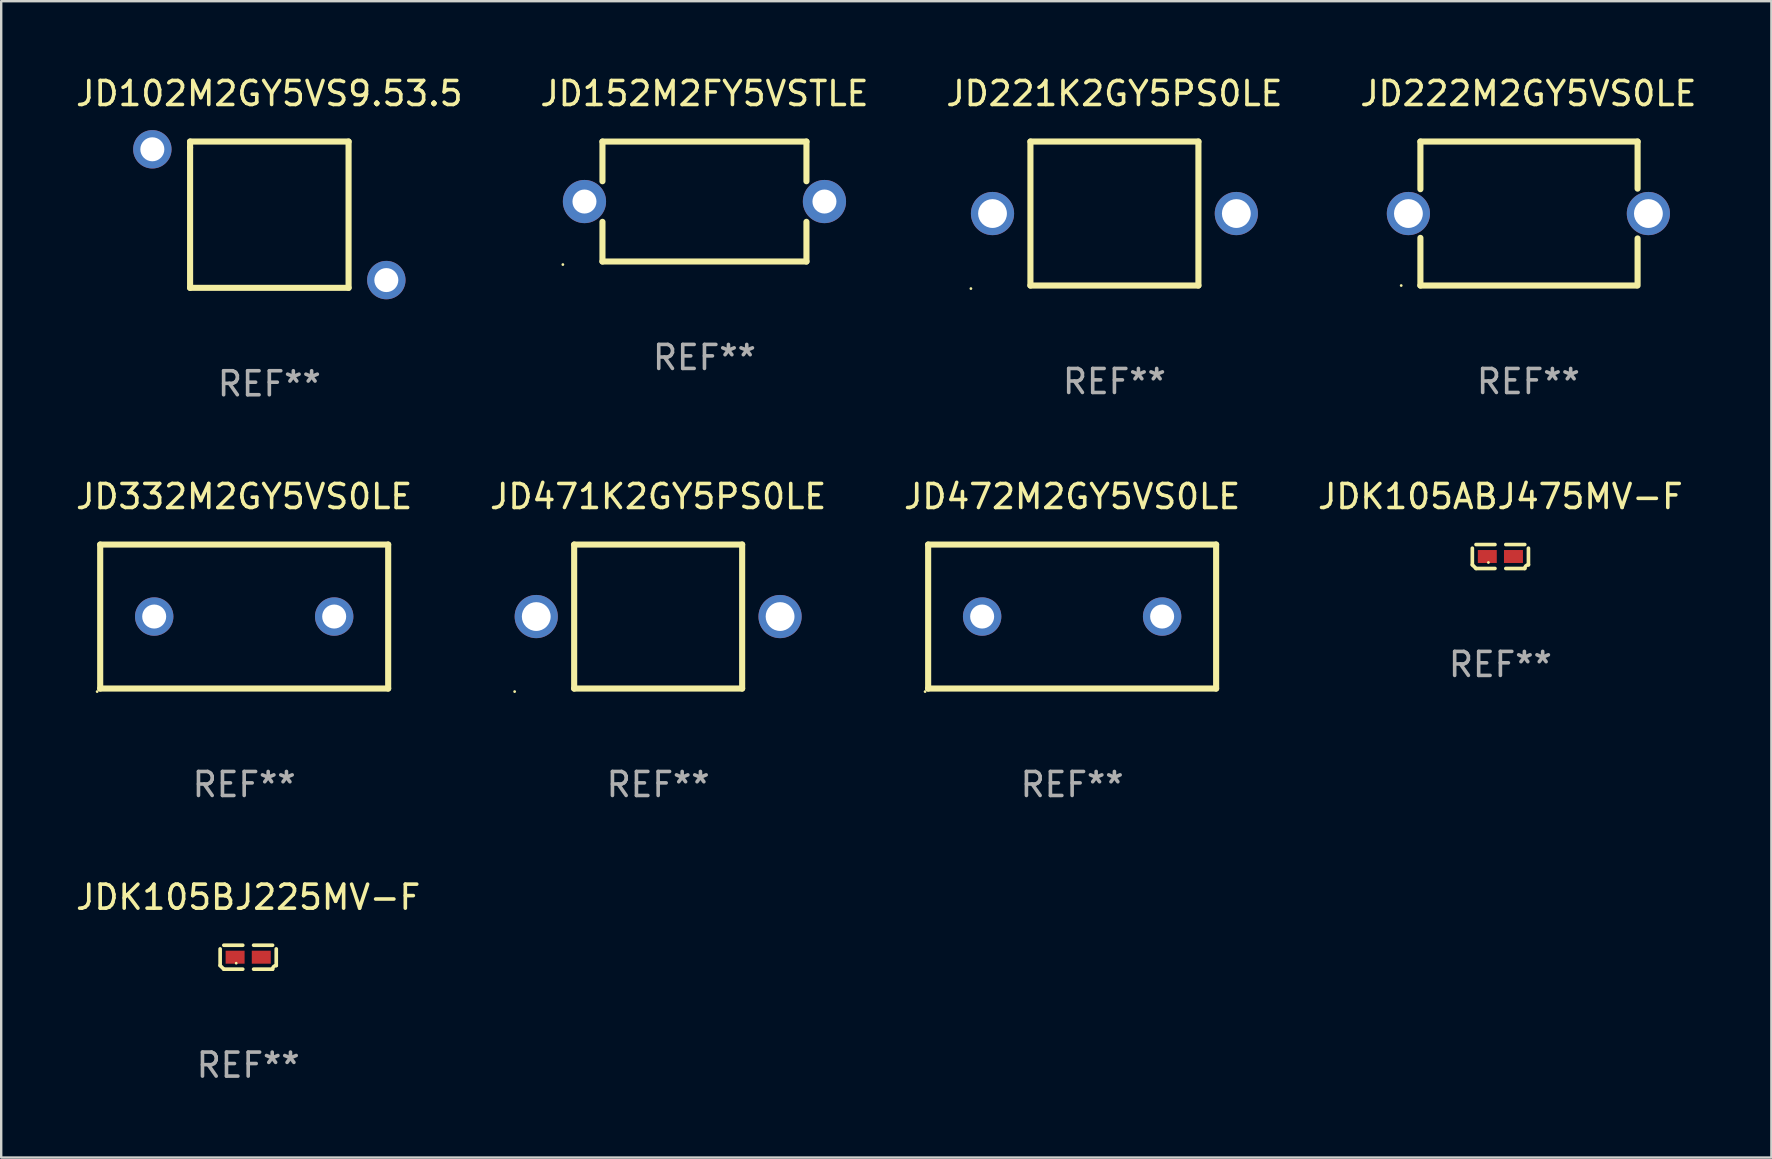
<source format=kicad_pcb>
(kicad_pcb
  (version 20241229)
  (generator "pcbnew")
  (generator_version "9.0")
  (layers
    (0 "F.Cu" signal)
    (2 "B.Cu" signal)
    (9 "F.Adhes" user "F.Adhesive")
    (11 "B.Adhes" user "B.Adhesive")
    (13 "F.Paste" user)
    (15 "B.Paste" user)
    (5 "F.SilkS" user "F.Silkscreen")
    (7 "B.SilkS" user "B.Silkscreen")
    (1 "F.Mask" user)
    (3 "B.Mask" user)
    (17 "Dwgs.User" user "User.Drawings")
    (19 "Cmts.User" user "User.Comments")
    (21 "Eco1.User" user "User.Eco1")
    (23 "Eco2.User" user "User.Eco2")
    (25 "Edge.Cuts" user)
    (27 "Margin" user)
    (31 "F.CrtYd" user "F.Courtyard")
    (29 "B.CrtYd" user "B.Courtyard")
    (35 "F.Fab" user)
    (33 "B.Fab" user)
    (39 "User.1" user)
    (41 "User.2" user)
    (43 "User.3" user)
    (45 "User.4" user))
  (footprint "JD472M2GY5VS0LE"
    (layer "F.Cu")
    (at 41.625 22.641)
    (property "Reference" "JD472M2GY5VS0LE" (at 0 -5 0) (layer "F.SilkS") (effects (font (size 1 1) (thickness 0.15))))
    (attr through_hole)
    (fp_line (start -6 -3) (end 6 -3) (stroke (width 0.254) (type solid)) (layer "F.SilkS"))
    (fp_line (start -6 3) (end -6 -3) (stroke (width 0.254) (type solid)) (layer "F.SilkS"))
    (fp_line (start 6 -3) (end 6 3) (stroke (width 0.254) (type solid)) (layer "F.SilkS"))
    (fp_line (start 6 3) (end -6 3) (stroke (width 0.254) (type solid)) (layer "F.SilkS"))
    (fp_circle (center -6.127 3.127) (end -6.097 3.127) (stroke (width 0.06) (type solid)) (fill no) (layer "F.SilkS"))
    (fp_text user "REF**" (at 0 7 0) (layer "F.Fab") (effects (font (size 1 1) (thickness 0.15))))
    (pad "1" thru_hole circle (at -3.75 0) (size 1.6 1.6) (drill 1) (layers "*.Cu" "*.Mask"))
    (pad "2" thru_hole circle (at 3.75 0) (size 1.6 1.6) (drill 1) (layers "*.Cu" "*.Mask")))
  (footprint "JD222M2GY5VS0LE"
    (layer "F.Cu")
    (at 60.637 5.848)
    (property "Reference" "JD222M2GY5VS0LE" (at 0 -5 0) (layer "F.SilkS") (effects (font (size 1 1) (thickness 0.15))))
    (attr through_hole)
    (fp_line (start -4.5 -3) (end -4.5 -1.014) (stroke (width 0.254) (type solid)) (layer "F.SilkS"))
    (fp_line (start -4.5 -3) (end 4.55 -3) (stroke (width 0.254) (type solid)) (layer "F.SilkS"))
    (fp_line (start -4.5 1.014) (end -4.5 3) (stroke (width 0.254) (type solid)) (layer "F.SilkS"))
    (fp_line (start -4.5 3) (end 4.5 3) (stroke (width 0.254) (type solid)) (layer "F.SilkS"))
    (fp_line (start 4.55 -3) (end 4.55 -1.038) (stroke (width 0.254) (type solid)) (layer "F.SilkS"))
    (fp_line (start 4.55 1.038) (end 4.55 3) (stroke (width 0.254) (type solid)) (layer "F.SilkS"))
    (fp_circle (center -5.3 3) (end -5.27 3) (stroke (width 0.06) (type solid)) (fill no) (layer "F.SilkS"))
    (fp_text user "REF**" (at 0 7 0) (layer "F.Fab") (effects (font (size 1 1) (thickness 0.15))))
    (pad "1" thru_hole circle (at -5 0) (size 1.8 1.8) (drill 1.2) (layers "*.Cu" "*.Mask"))
    (pad "2" thru_hole circle (at 5 0) (size 1.8 1.8) (drill 1.2) (layers "*.Cu" "*.Mask")))
  (footprint "JD221K2GY5PS0LE"
    (layer "F.Cu")
    (at 43.387 5.848)
    (property "Reference" "JD221K2GY5PS0LE" (at 0 -5 0) (layer "F.SilkS") (effects (font (size 1 1) (thickness 0.15))))
    (attr through_hole)
    (fp_line (start -3.5 -3) (end 3.5 -3) (stroke (width 0.254) (type solid)) (layer "F.SilkS"))
    (fp_line (start -3.5 3) (end -3.5 -3) (stroke (width 0.254) (type solid)) (layer "F.SilkS"))
    (fp_line (start 3.5 -3) (end 3.5 3) (stroke (width 0.254) (type solid)) (layer "F.SilkS"))
    (fp_line (start 3.5 3) (end -3.5 3) (stroke (width 0.254) (type solid)) (layer "F.SilkS"))
    (fp_circle (center -5.98 3.127) (end -5.95 3.127) (stroke (width 0.06) (type solid)) (fill no) (layer "F.SilkS"))
    (fp_text user "REF**" (at 0 7 0) (layer "F.Fab") (effects (font (size 1 1) (thickness 0.15))))
    (pad "1" thru_hole circle (at -5.08 0) (size 1.8 1.8) (drill 1.2) (layers "*.Cu" "*.Mask"))
    (pad "2" thru_hole circle (at 5.08 0) (size 1.8 1.8) (drill 1.2) (layers "*.Cu" "*.Mask")))
  (footprint "JDK105BJ225MV-F"
    (layer "F.Cu")
    (at 7.292 36.836)
    (property "Reference" "JDK105BJ225MV-F" (at 0 -2.499 0) (layer "F.SilkS") (effects (font (size 1 1) (thickness 0.15))))
    (attr through_hole)
    (fp_line (start -1.169 0.346) (end -1.169 -0.346) (stroke (width 0.152) (type solid)) (layer "F.SilkS"))
    (fp_line (start -1.016 -0.499) (end -0.226 -0.499) (stroke (width 0.152) (type solid)) (layer "F.SilkS"))
    (fp_line (start -0.226 0.499) (end -1.016 0.499) (stroke (width 0.152) (type solid)) (layer "F.SilkS"))
    (fp_line (start 0.226 0.499) (end 1.016 0.499) (stroke (width 0.152) (type solid)) (layer "F.SilkS"))
    (fp_line (start 1.016 -0.499) (end 0.226 -0.499) (stroke (width 0.152) (type solid)) (layer "F.SilkS"))
    (fp_line (start 1.169 0.346) (end 1.169 -0.346) (stroke (width 0.152) (type solid)) (layer "F.SilkS"))
    (fp_arc (start -1.016307 0.498603) (mid -1.092512 0.422405) (end -1.16871 0.3462) (stroke (width 0.1524) (type solid)) (layer "F.SilkS"))
    (fp_arc (start 1.016307 0.498603) (mid 1.060899 0.390758) (end 1.168707 0.346076) (stroke (width 0.1524) (type solid)) (layer "F.SilkS"))
    (fp_circle (center -0.5 0.25) (end -0.47 0.25) (stroke (width 0.06) (type solid)) (fill no) (layer "F.SilkS"))
    (fp_text user "REF**" (at 0 4.499 0) (layer "F.Fab") (effects (font (size 1 1) (thickness 0.15))))
    (pad "1" smd rect (at -0.545 0) (size 0.79 0.54) (layers "F.Cu" "F.Mask" "F.Paste"))
    (pad "2" smd rect (at 0.545 0) (size 0.79 0.54) (layers "F.Cu" "F.Mask" "F.Paste")))
  (footprint "JD332M2GY5VS0LE"
    (layer "F.Cu")
    (at 7.125 22.641)
    (property "Reference" "JD332M2GY5VS0LE" (at 0 -5 0) (layer "F.SilkS") (effects (font (size 1 1) (thickness 0.15))))
    (attr through_hole)
    (fp_line (start -6 -3) (end 6 -3) (stroke (width 0.254) (type solid)) (layer "F.SilkS"))
    (fp_line (start -6 3) (end -6 -3) (stroke (width 0.254) (type solid)) (layer "F.SilkS"))
    (fp_line (start 6 -3) (end 6 3) (stroke (width 0.254) (type solid)) (layer "F.SilkS"))
    (fp_line (start 6 3) (end -6 3) (stroke (width 0.254) (type solid)) (layer "F.SilkS"))
    (fp_circle (center -6.127 3.127) (end -6.097 3.127) (stroke (width 0.06) (type solid)) (fill no) (layer "F.SilkS"))
    (fp_text user "REF**" (at 0 7 0) (layer "F.Fab") (effects (font (size 1 1) (thickness 0.15))))
    (pad "1" thru_hole circle (at -3.75 0) (size 1.6 1.6) (drill 1) (layers "*.Cu" "*.Mask"))
    (pad "2" thru_hole circle (at 3.75 0) (size 1.6 1.6) (drill 1) (layers "*.Cu" "*.Mask")))
  (footprint "JD152M2FY5VSTLE"
    (layer "F.Cu")
    (at 26.304 5.348)
    (property "Reference" "JD152M2FY5VSTLE" (at 0 -4.499 0) (layer "F.SilkS") (effects (font (size 1 1) (thickness 0.15))))
    (attr through_hole)
    (fp_line (start -4.25 -2.499) (end -4.25 -0.846) (stroke (width 0.254) (type solid)) (layer "F.SilkS"))
    (fp_line (start -4.25 -2.499) (end 4.25 -2.499) (stroke (width 0.254) (type solid)) (layer "F.SilkS"))
    (fp_line (start -4.25 0.846) (end -4.25 2.499) (stroke (width 0.254) (type solid)) (layer "F.SilkS"))
    (fp_line (start 4.25 -0.846) (end 4.25 -2.499) (stroke (width 0.254) (type solid)) (layer "F.SilkS"))
    (fp_line (start 4.25 2.499) (end -4.25 2.499) (stroke (width 0.254) (type solid)) (layer "F.SilkS"))
    (fp_line (start 4.25 2.499) (end 4.25 0.846) (stroke (width 0.254) (type solid)) (layer "F.SilkS"))
    (fp_circle (center -5.9 2.626) (end -5.87 2.626) (stroke (width 0.06) (type solid)) (fill no) (layer "F.SilkS"))
    (fp_text user "REF**" (at 0 6.499 0) (layer "F.Fab") (effects (font (size 1 1) (thickness 0.15))))
    (pad "1" thru_hole circle (at -5 0) (size 1.8 1.8) (drill 1) (layers "*.Cu" "*.Mask"))
    (pad "2" thru_hole circle (at 5 0) (size 1.8 1.8) (drill 1) (layers "*.Cu" "*.Mask")))
  (footprint "JD471K2GY5PS0LE"
    (layer "F.Cu")
    (at 24.375 22.641)
    (property "Reference" "JD471K2GY5PS0LE" (at 0 -5 0) (layer "F.SilkS") (effects (font (size 1 1) (thickness 0.15))))
    (attr through_hole)
    (fp_line (start -3.5 -3) (end 3.5 -3) (stroke (width 0.254) (type solid)) (layer "F.SilkS"))
    (fp_line (start -3.5 3) (end -3.5 -3) (stroke (width 0.254) (type solid)) (layer "F.SilkS"))
    (fp_line (start 3.5 -3) (end 3.5 3) (stroke (width 0.254) (type solid)) (layer "F.SilkS"))
    (fp_line (start 3.5 3) (end -3.5 3) (stroke (width 0.254) (type solid)) (layer "F.SilkS"))
    (fp_circle (center -5.98 3.127) (end -5.95 3.127) (stroke (width 0.06) (type solid)) (fill no) (layer "F.SilkS"))
    (fp_text user "REF**" (at 0 7 0) (layer "F.Fab") (effects (font (size 1 1) (thickness 0.15))))
    (pad "1" thru_hole circle (at -5.08 0) (size 1.8 1.8) (drill 1.2) (layers "*.Cu" "*.Mask"))
    (pad "2" thru_hole circle (at 5.08 0) (size 1.8 1.8) (drill 1.2) (layers "*.Cu" "*.Mask")))
  (footprint "JD102M2GY5VS9.53.5"
    (layer "F.Cu")
    (at 8.173 5.896)
    (property "Reference" "JD102M2GY5VS9.53.5" (at 0 -5.048 0) (layer "F.SilkS") (effects (font (size 1 1) (thickness 0.15))))
    (attr through_hole)
    (fp_line (start -3.302 -3.048) (end 3.302 -3.048) (stroke (width 0.254) (type solid)) (layer "F.SilkS"))
    (fp_line (start -3.302 -2.794) (end -3.302 -3.048) (stroke (width 0.254) (type solid)) (layer "F.SilkS"))
    (fp_line (start -3.302 3.048) (end -3.302 -2.794) (stroke (width 0.254) (type solid)) (layer "F.SilkS"))
    (fp_line (start 3.302 -3.048) (end 3.302 3.048) (stroke (width 0.254) (type solid)) (layer "F.SilkS"))
    (fp_line (start 3.302 3.048) (end -3.302 3.048) (stroke (width 0.254) (type solid)) (layer "F.SilkS"))
    (fp_circle (center -5.15 -3) (end -5.12 -3) (stroke (width 0.06) (type solid)) (fill no) (layer "F.SilkS"))
    (fp_text user "REF**" (at 0 7.048 0) (layer "F.Fab") (effects (font (size 1 1) (thickness 0.15))))
    (pad "1" thru_hole circle (at -4.875 -2.725) (size 1.6 1.6) (drill 1) (layers "*.Cu" "*.Mask"))
    (pad "2" thru_hole circle (at 4.875 2.725) (size 1.6 1.6) (drill 1) (layers "*.Cu" "*.Mask")))
  (footprint "JDK105ABJ475MV-F"
    (layer "F.Cu")
    (at 59.47 20.139)
    (property "Reference" "JDK105ABJ475MV-F" (at 0 -2.499 0) (layer "F.SilkS") (effects (font (size 1 1) (thickness 0.15))))
    (attr through_hole)
    (fp_line (start -1.169 0.346) (end -1.169 -0.346) (stroke (width 0.152) (type solid)) (layer "F.SilkS"))
    (fp_line (start -1.016 -0.499) (end -0.226 -0.499) (stroke (width 0.152) (type solid)) (layer "F.SilkS"))
    (fp_line (start -0.226 0.499) (end -1.016 0.499) (stroke (width 0.152) (type solid)) (layer "F.SilkS"))
    (fp_line (start 0.226 0.499) (end 1.016 0.499) (stroke (width 0.152) (type solid)) (layer "F.SilkS"))
    (fp_line (start 1.016 -0.499) (end 0.226 -0.499) (stroke (width 0.152) (type solid)) (layer "F.SilkS"))
    (fp_line (start 1.169 0.346) (end 1.169 -0.346) (stroke (width 0.152) (type solid)) (layer "F.SilkS"))
    (fp_arc (start -1.016307 0.498603) (mid -1.092512 0.422405) (end -1.16871 0.3462) (stroke (width 0.1524) (type solid)) (layer "F.SilkS"))
    (fp_arc (start 1.016307 0.498603) (mid 1.060899 0.390758) (end 1.168707 0.346076) (stroke (width 0.1524) (type solid)) (layer "F.SilkS"))
    (fp_circle (center -0.5 0.25) (end -0.47 0.25) (stroke (width 0.06) (type solid)) (fill no) (layer "F.SilkS"))
    (fp_text user "REF**" (at 0 4.499 0) (layer "F.Fab") (effects (font (size 1 1) (thickness 0.15))))
    (pad "1" smd rect (at -0.545 0) (size 0.79 0.54) (layers "F.Cu" "F.Mask" "F.Paste"))
    (pad "2" smd rect (at 0.545 0) (size 0.79 0.54) (layers "F.Cu" "F.Mask" "F.Paste")))
  (gr_rect
    (start -3 -3)
    (end 70.762 45.183)
    (stroke (width 0.1) (type default))
    (fill no)
    (layer "Edge.Cuts")))
</source>
